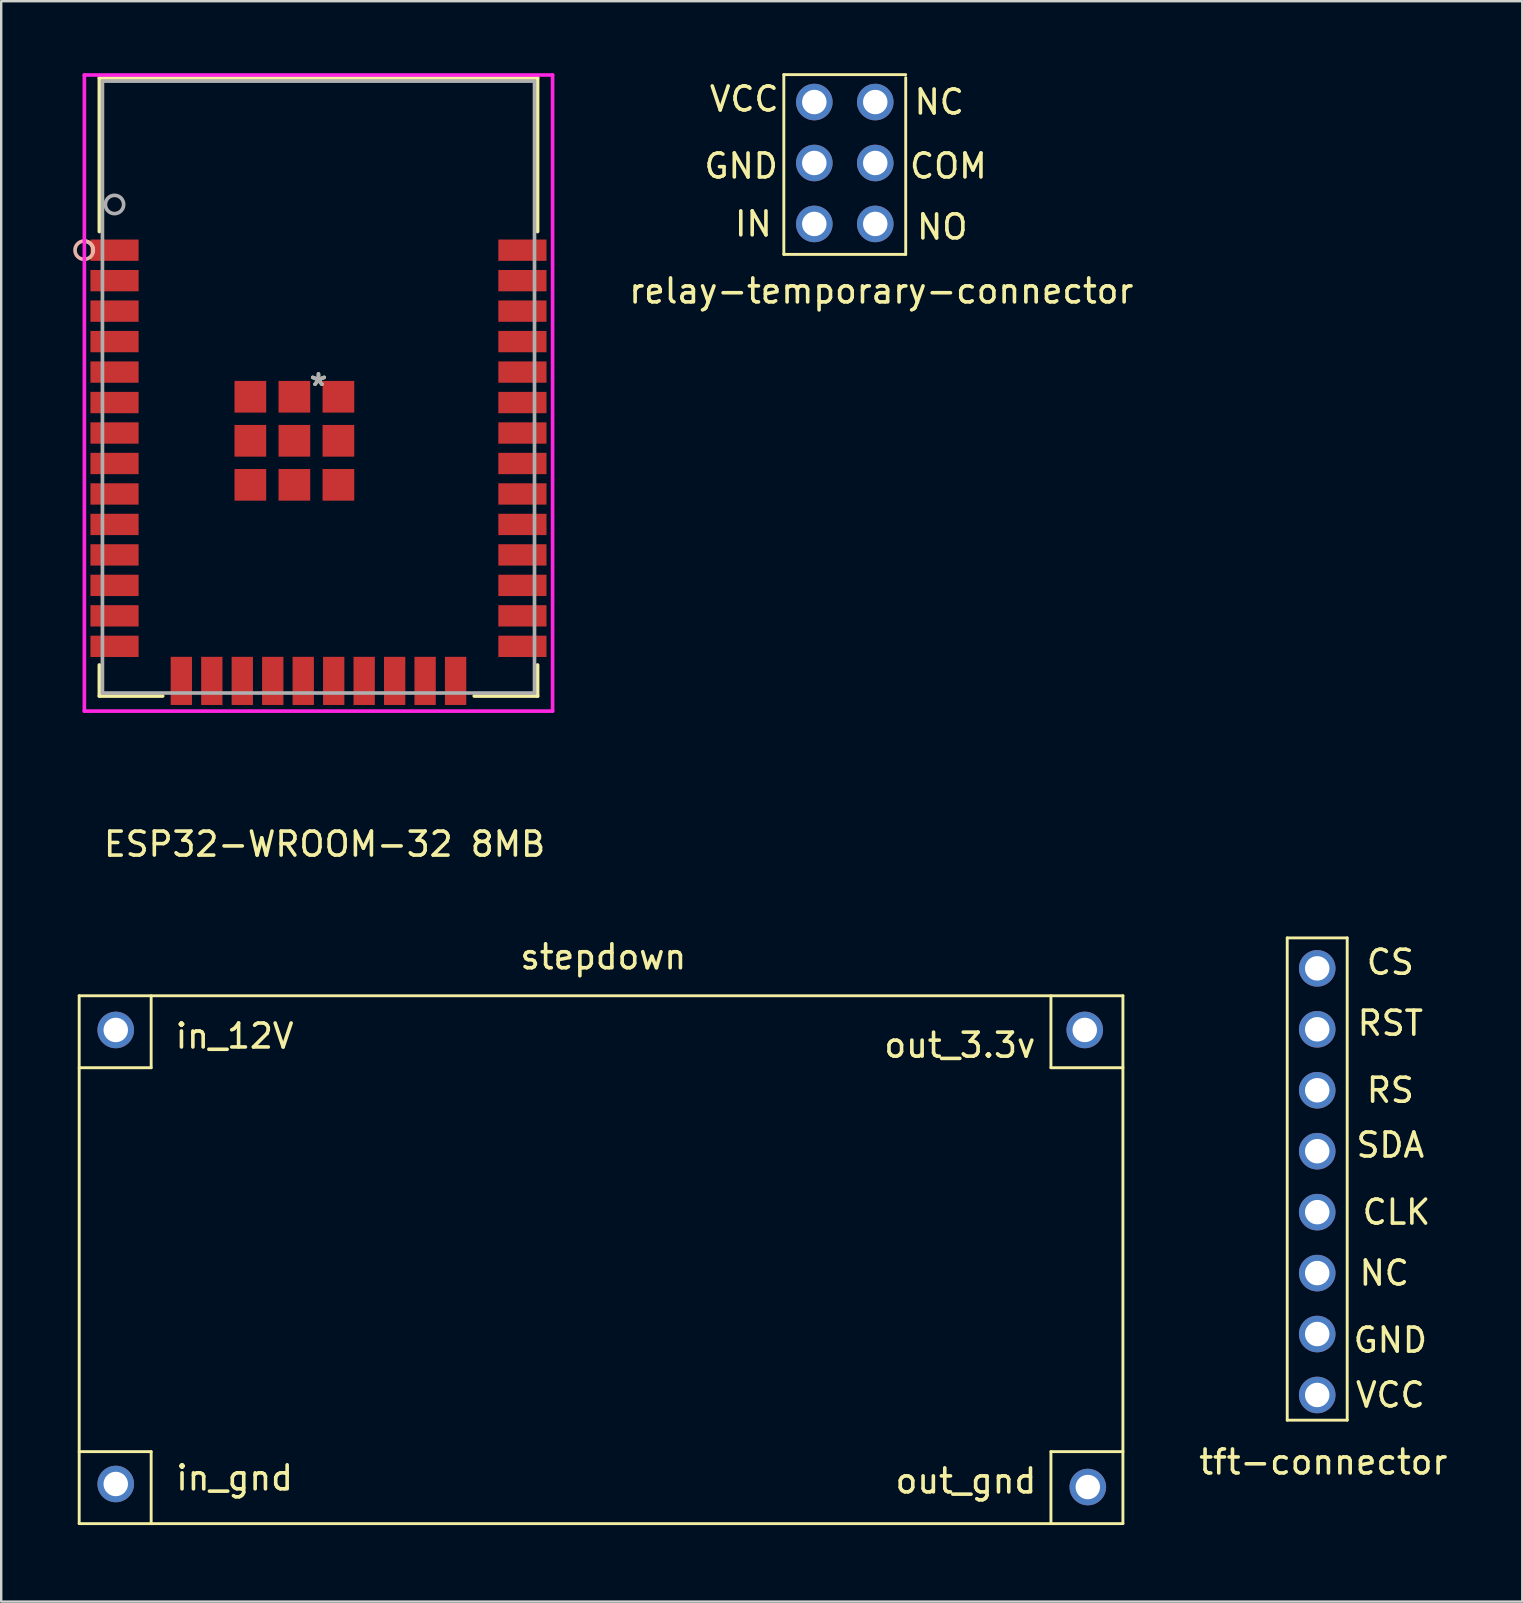
<source format=kicad_pcb>
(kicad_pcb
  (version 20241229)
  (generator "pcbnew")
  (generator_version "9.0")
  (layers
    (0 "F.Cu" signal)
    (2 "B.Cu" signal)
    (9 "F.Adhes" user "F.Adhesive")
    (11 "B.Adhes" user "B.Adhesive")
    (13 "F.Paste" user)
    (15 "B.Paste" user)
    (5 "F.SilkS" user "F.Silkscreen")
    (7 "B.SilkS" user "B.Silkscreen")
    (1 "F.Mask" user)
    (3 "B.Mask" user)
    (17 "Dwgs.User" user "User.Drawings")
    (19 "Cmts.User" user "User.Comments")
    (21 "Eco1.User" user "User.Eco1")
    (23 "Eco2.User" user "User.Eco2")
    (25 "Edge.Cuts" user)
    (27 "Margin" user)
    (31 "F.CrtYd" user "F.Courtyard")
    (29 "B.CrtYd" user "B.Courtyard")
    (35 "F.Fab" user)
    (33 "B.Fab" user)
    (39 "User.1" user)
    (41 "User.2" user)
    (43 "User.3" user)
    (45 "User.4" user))
  (footprint "tft-connector"
    (layer "F.Cu")
    (at 51.848 55.089)
    (property "Reference" "tft-connector" (at 0.254 2.794 0) (layer "F.SilkS") (effects (font (size 1 1) (thickness 0.15))))
    (attr through_hole)
    (fp_line (start -1.25 -19.05) (end 1.25 -19.05) (stroke (width 0.12) (type solid)) (layer "F.SilkS"))
    (fp_line (start -1.25 1.05) (end -1.25 -19.05) (stroke (width 0.12) (type solid)) (layer "F.SilkS"))
    (fp_line (start 1.25 -19.05) (end 1.25 1.05) (stroke (width 0.12) (type solid)) (layer "F.SilkS"))
    (fp_line (start 1.25 1.05) (end -1.25 1.05) (stroke (width 0.12) (type solid)) (layer "F.SilkS"))
    (fp_text user "RS" (at 3.048 -12.7 0) (layer "F.SilkS") (effects (font (size 1 1) (thickness 0.15))))
    (fp_text user "CS" (at 3.048 -18.034 0) (layer "F.SilkS") (effects (font (size 1 1) (thickness 0.15))))
    (fp_text user "GND" (at 3.048 -2.286 0) (layer "F.SilkS") (effects (font (size 1 1) (thickness 0.15))))
    (fp_text user "CLK" (at 3.302 -7.62 0) (layer "F.SilkS") (effects (font (size 1 1) (thickness 0.15))))
    (fp_text user "NC" (at 2.794 -5.08 0) (layer "F.SilkS") (effects (font (size 1 1) (thickness 0.15))))
    (fp_text user "VCC" (at 3.048 0 0) (layer "F.SilkS") (effects (font (size 1 1) (thickness 0.15))))
    (fp_text user "RST" (at 3.048 -15.494 0) (layer "F.SilkS") (effects (font (size 1 1) (thickness 0.15))))
    (fp_text user "SDA" (at 3.048 -10.414 0) (layer "F.SilkS") (effects (font (size 1 1) (thickness 0.15))))
    (pad "1" thru_hole circle (at 0 0) (size 1.524 1.524) (drill 1.02) (layers "*.Cu" "*.Mask"))
    (pad "2" thru_hole circle (at 0 -2.54) (size 1.524 1.524) (drill 1.02) (layers "*.Cu" "*.Mask"))
    (pad "3" thru_hole circle (at 0 -5.08) (size 1.524 1.524) (drill 1.02) (layers "*.Cu" "*.Mask"))
    (pad "4" thru_hole circle (at 0 -7.62) (size 1.524 1.524) (drill 1.02) (layers "*.Cu" "*.Mask"))
    (pad "5" thru_hole circle (at 0 -10.16) (size 1.524 1.524) (drill 1.02) (layers "*.Cu" "*.Mask"))
    (pad "6" thru_hole circle (at 0 -12.7) (size 1.524 1.524) (drill 1.02) (layers "*.Cu" "*.Mask"))
    (pad "7" thru_hole circle (at 0 -15.24) (size 1.524 1.524) (drill 1.02) (layers "*.Cu" "*.Mask"))
    (pad "8" thru_hole circle (at 0 -17.78) (size 1.524 1.524) (drill 1.02) (layers "*.Cu" "*.Mask")))
  (footprint "stepdown"
    (layer "F.Cu")
    (at 0.25 60.45)
    (property "Reference" "stepdown" (at 21.844 -23.622 0) (layer "F.SilkS") (effects (font (size 1 1) (thickness 0.15))))
    (attr through_hole)
    (fp_line (start 0 -22) (end 43.5 -22) (stroke (width 0.12) (type solid)) (layer "F.SilkS"))
    (fp_line (start 0 0) (end 0 -22) (stroke (width 0.12) (type solid)) (layer "F.SilkS"))
    (fp_line (start 0 0) (end 43.5 0) (stroke (width 0.12) (type solid)) (layer "F.SilkS"))
    (fp_line (start 3 -22) (end 3 -19) (stroke (width 0.12) (type solid)) (layer "F.SilkS"))
    (fp_line (start 3 -19) (end 0 -19) (stroke (width 0.12) (type solid)) (layer "F.SilkS"))
    (fp_line (start 3 -3) (end 0 -3) (stroke (width 0.12) (type solid)) (layer "F.SilkS"))
    (fp_line (start 3 0) (end 3 -3) (stroke (width 0.12) (type solid)) (layer "F.SilkS"))
    (fp_line (start 40.5 -22) (end 40.5 -19) (stroke (width 0.12) (type solid)) (layer "F.SilkS"))
    (fp_line (start 40.5 -19) (end 43.5 -19) (stroke (width 0.12) (type solid)) (layer "F.SilkS"))
    (fp_line (start 40.5 0) (end 40.5 -3) (stroke (width 0.12) (type solid)) (layer "F.SilkS"))
    (fp_line (start 43.5 -22) (end 43.5 0) (stroke (width 0.12) (type solid)) (layer "F.SilkS"))
    (fp_line (start 43.5 -3) (end 40.5 -3) (stroke (width 0.12) (type solid)) (layer "F.SilkS"))
    (fp_text user "in_12V" (at 6.477 -20.32 0) (layer "F.SilkS") (effects (font (size 1 1) (thickness 0.15))))
    (fp_text user "out_3.3v" (at 36.703 -19.939 0) (layer "F.SilkS") (effects (font (size 1 1) (thickness 0.15))))
    (fp_text user "out_gnd" (at 36.957 -1.778 0) (layer "F.SilkS") (effects (font (size 1 1) (thickness 0.15))))
    (fp_text user "in_gnd" (at 6.477 -1.905 0) (layer "F.SilkS") (effects (font (size 1 1) (thickness 0.15))))
    (pad "1" thru_hole circle (at 1.524 -1.651) (size 1.524 1.524) (drill 1.02) (layers "*.Cu" "*.Mask"))
    (pad "2" thru_hole circle (at 1.524 -20.574) (size 1.524 1.524) (drill 1.02) (layers "*.Cu" "*.Mask"))
    (pad "3" thru_hole circle (at 42.037 -1.524) (size 1.524 1.524) (drill 1.02) (layers "*.Cu" "*.Mask"))
    (pad "4" thru_hole circle (at 41.91 -20.574) (size 1.524 1.524) (drill 1.02) (layers "*.Cu" "*.Mask")))
  (footprint "ESP32-WROOM-32 8MB"
    (layer "F.Cu")
    (at 10.223 13.081)
    (property "Reference" "ESP32-WROOM-32 8MB" (at 0.254 19.05 0) (layer "F.SilkS") (effects (font (size 1 1) (thickness 0.15))))
    (attr through_hole)
    (fp_line (start -9.131 -12.878) (end -9.131 -6.481) (stroke (width 0.152) (type solid)) (layer "F.SilkS"))
    (fp_line (start -9.131 11.584) (end -9.131 12.878) (stroke (width 0.152) (type solid)) (layer "F.SilkS"))
    (fp_line (start -9.131 12.878) (end -6.492 12.878) (stroke (width 0.152) (type solid)) (layer "F.SilkS"))
    (fp_line (start 6.492 12.878) (end 9.131 12.878) (stroke (width 0.152) (type solid)) (layer "F.SilkS"))
    (fp_line (start 9.131 -12.878) (end -9.131 -12.878) (stroke (width 0.152) (type solid)) (layer "F.SilkS"))
    (fp_line (start 9.131 -6.481) (end 9.131 -12.878) (stroke (width 0.152) (type solid)) (layer "F.SilkS"))
    (fp_line (start 9.131 12.878) (end 9.131 11.584) (stroke (width 0.152) (type solid)) (layer "F.SilkS"))
    (fp_arc (start -9.7663 -6.084697) (mid -9.476672 -5.951238) (end -9.389949 -5.644358) (stroke (width 0.1524) (type solid)) (layer "F.SilkS"))
    (fp_circle (center -9.766 -5.704) (end -9.385 -5.704) (stroke (width 0.152) (type solid)) (fill no) (layer "B.SilkS"))
    (fp_line (start -9.757 -13.005) (end -9.757 13.505) (stroke (width 0.152) (type solid)) (layer "F.CrtYd"))
    (fp_line (start -9.757 13.505) (end 9.757 13.505) (stroke (width 0.152) (type solid)) (layer "F.CrtYd"))
    (fp_line (start 9.757 -13.005) (end -9.757 -13.005) (stroke (width 0.152) (type solid)) (layer "F.CrtYd"))
    (fp_line (start 9.757 13.505) (end 9.757 -13.005) (stroke (width 0.152) (type solid)) (layer "F.CrtYd"))
    (fp_line (start -9.004 -12.751) (end -9.004 12.751) (stroke (width 0.152) (type solid)) (layer "F.Fab"))
    (fp_line (start -9.004 12.751) (end 9.004 12.751) (stroke (width 0.152) (type solid)) (layer "F.Fab"))
    (fp_line (start 9.004 -12.751) (end -9.004 -12.751) (stroke (width 0.152) (type solid)) (layer "F.Fab"))
    (fp_line (start 9.004 12.751) (end 9.004 -12.751) (stroke (width 0.152) (type solid)) (layer "F.Fab"))
    (fp_circle (center -8.5 -7.609) (end -8.119 -7.609) (stroke (width 0.152) (type solid)) (fill no) (layer "F.Fab"))
    (fp_text user "*" (at 0 0 0) (layer "F.SilkS") (effects (font (size 1 1) (thickness 0.15))))
    (fp_text user "Copyright 2016 Accelerated Designs. All rights reserved." (at 0 0 0) (layer "Cmts.User") (effects (font (size 0.127 0.127) (thickness 0.002))))
    (fp_text user "*" (at 0 0 0) (layer "F.Fab") (effects (font (size 1 1) (thickness 0.15))))
    (pad "1" smd rect (at -8.5 -5.704) (size 2.007 0.889) (layers "F.Cu" "F.Mask" "F.Paste"))
    (pad "2" smd rect (at -8.5 -4.434) (size 2.007 0.889) (layers "F.Cu" "F.Mask" "F.Paste"))
    (pad "3" smd rect (at -8.5 -3.164) (size 2.007 0.889) (layers "F.Cu" "F.Mask" "F.Paste"))
    (pad "4" smd rect (at -8.5 -1.894) (size 2.007 0.889) (layers "F.Cu" "F.Mask" "F.Paste"))
    (pad "5" smd rect (at -8.5 -0.624) (size 2.007 0.889) (layers "F.Cu" "F.Mask" "F.Paste"))
    (pad "6" smd rect (at -8.5 0.646) (size 2.007 0.889) (layers "F.Cu" "F.Mask" "F.Paste"))
    (pad "7" smd rect (at -8.5 1.916) (size 2.007 0.889) (layers "F.Cu" "F.Mask" "F.Paste"))
    (pad "8" smd rect (at -8.5 3.186) (size 2.007 0.889) (layers "F.Cu" "F.Mask" "F.Paste"))
    (pad "9" smd rect (at -8.5 4.456) (size 2.007 0.889) (layers "F.Cu" "F.Mask" "F.Paste"))
    (pad "10" smd rect (at -8.5 5.726) (size 2.007 0.889) (layers "F.Cu" "F.Mask" "F.Paste"))
    (pad "11" smd rect (at -8.5 6.996) (size 2.007 0.889) (layers "F.Cu" "F.Mask" "F.Paste"))
    (pad "12" smd rect (at -8.5 8.266) (size 2.007 0.889) (layers "F.Cu" "F.Mask" "F.Paste"))
    (pad "13" smd rect (at -8.5 9.536) (size 2.007 0.889) (layers "F.Cu" "F.Mask" "F.Paste"))
    (pad "14" smd rect (at -8.5 10.806) (size 2.007 0.889) (layers "F.Cu" "F.Mask" "F.Paste"))
    (pad "15" smd rect (at -5.715 12.247) (size 0.889 2.007) (layers "F.Cu" "F.Mask" "F.Paste"))
    (pad "16" smd rect (at -4.445 12.247) (size 0.889 2.007) (layers "F.Cu" "F.Mask" "F.Paste"))
    (pad "17" smd rect (at -3.175 12.247) (size 0.889 2.007) (layers "F.Cu" "F.Mask" "F.Paste"))
    (pad "18" smd rect (at -1.905 12.247) (size 0.889 2.007) (layers "F.Cu" "F.Mask" "F.Paste"))
    (pad "19" smd rect (at -0.635 12.247) (size 0.889 2.007) (layers "F.Cu" "F.Mask" "F.Paste"))
    (pad "20" smd rect (at 0.635 12.247) (size 0.889 2.007) (layers "F.Cu" "F.Mask" "F.Paste"))
    (pad "21" smd rect (at 1.905 12.247) (size 0.889 2.007) (layers "F.Cu" "F.Mask" "F.Paste"))
    (pad "22" smd rect (at 3.175 12.247) (size 0.889 2.007) (layers "F.Cu" "F.Mask" "F.Paste"))
    (pad "23" smd rect (at 4.445 12.247) (size 0.889 2.007) (layers "F.Cu" "F.Mask" "F.Paste"))
    (pad "24" smd rect (at 5.715 12.247) (size 0.889 2.007) (layers "F.Cu" "F.Mask" "F.Paste"))
    (pad "25" smd rect (at 8.5 10.806) (size 2.007 0.889) (layers "F.Cu" "F.Mask" "F.Paste"))
    (pad "26" smd rect (at 8.5 9.536) (size 2.007 0.889) (layers "F.Cu" "F.Mask" "F.Paste"))
    (pad "27" smd rect (at 8.5 8.266) (size 2.007 0.889) (layers "F.Cu" "F.Mask" "F.Paste"))
    (pad "28" smd rect (at 8.5 6.996) (size 2.007 0.889) (layers "F.Cu" "F.Mask" "F.Paste"))
    (pad "29" smd rect (at 8.5 5.726) (size 2.007 0.889) (layers "F.Cu" "F.Mask" "F.Paste"))
    (pad "30" smd rect (at 8.5 4.456) (size 2.007 0.889) (layers "F.Cu" "F.Mask" "F.Paste"))
    (pad "31" smd rect (at 8.5 3.186) (size 2.007 0.889) (layers "F.Cu" "F.Mask" "F.Paste"))
    (pad "32" smd rect (at 8.5 1.916) (size 2.007 0.889) (layers "F.Cu" "F.Mask" "F.Paste"))
    (pad "33" smd rect (at 8.5 0.646) (size 2.007 0.889) (layers "F.Cu" "F.Mask" "F.Paste"))
    (pad "34" smd rect (at 8.5 -0.624) (size 2.007 0.889) (layers "F.Cu" "F.Mask" "F.Paste"))
    (pad "35" smd rect (at 8.5 -1.894) (size 2.007 0.889) (layers "F.Cu" "F.Mask" "F.Paste"))
    (pad "36" smd rect (at 8.5 -3.164) (size 2.007 0.889) (layers "F.Cu" "F.Mask" "F.Paste"))
    (pad "37" smd rect (at 8.5 -4.434) (size 2.007 0.889) (layers "F.Cu" "F.Mask" "F.Paste"))
    (pad "38" smd rect (at 8.5 -5.704) (size 2.007 0.889) (layers "F.Cu" "F.Mask" "F.Paste"))
    (pad "39" smd rect (at -2.839 0.405) (size 1.321 1.321) (layers "F.Cu" "F.Mask" "F.Paste"))
    (pad "40" smd rect (at -1.004 0.405) (size 1.321 1.321) (layers "F.Cu" "F.Mask" "F.Paste"))
    (pad "41" smd rect (at 0.831 0.405) (size 1.321 1.321) (layers "F.Cu" "F.Mask" "F.Paste"))
    (pad "42" smd rect (at -2.839 2.24) (size 1.321 1.321) (layers "F.Cu" "F.Mask" "F.Paste"))
    (pad "43" smd rect (at -1.004 2.24) (size 1.321 1.321) (layers "F.Cu" "F.Mask" "F.Paste"))
    (pad "44" smd rect (at 0.831 2.24) (size 1.321 1.321) (layers "F.Cu" "F.Mask" "F.Paste"))
    (pad "45" smd rect (at -2.839 4.075) (size 1.321 1.321) (layers "F.Cu" "F.Mask" "F.Paste"))
    (pad "46" smd rect (at -1.004 4.075) (size 1.321 1.321) (layers "F.Cu" "F.Mask" "F.Paste"))
    (pad "47" smd rect (at 0.831 4.075) (size 1.321 1.321) (layers "F.Cu" "F.Mask" "F.Paste")))
  (footprint "relay-temporary-connector"
    (layer "F.Cu")
    (at 33.428 6.283)
    (property "Reference" "relay-temporary-connector" (at 0.254 2.794 0) (layer "F.SilkS") (effects (font (size 1 1) (thickness 0.15))))
    (attr through_hole)
    (fp_line (start -3.81 -6.223) (end -3.81 1.27) (stroke (width 0.12) (type solid)) (layer "F.SilkS"))
    (fp_line (start -3.81 -6.223) (end 1.27 -6.223) (stroke (width 0.12) (type solid)) (layer "F.SilkS"))
    (fp_line (start -3.81 1.27) (end 1.27 1.27) (stroke (width 0.12) (type solid)) (layer "F.SilkS"))
    (fp_line (start 1.27 -6.096) (end 1.27 1.27) (stroke (width 0.12) (type solid)) (layer "F.SilkS"))
    (fp_text user "NC" (at 2.667 -5.08 0) (layer "F.SilkS") (effects (font (size 1 1) (thickness 0.15))))
    (fp_text user "COM" (at 3.048 -2.413 0) (layer "F.SilkS") (effects (font (size 1 1) (thickness 0.15))))
    (fp_text user "GND" (at -5.588 -2.413 0) (layer "F.SilkS") (effects (font (size 1 1) (thickness 0.15))))
    (fp_text user "IN" (at -5.08 0 0) (layer "F.SilkS") (effects (font (size 1 1) (thickness 0.15))))
    (fp_text user "VCC" (at -5.461 -5.207 0) (layer "F.SilkS") (effects (font (size 1 1) (thickness 0.15))))
    (fp_text user "NO" (at 2.794 0.127 0) (layer "F.SilkS") (effects (font (size 1 1) (thickness 0.15))))
    (pad "1" thru_hole circle (at 0 0) (size 1.524 1.524) (drill 1.02) (layers "*.Cu" "*.Mask"))
    (pad "2" thru_hole circle (at 0 -2.54) (size 1.524 1.524) (drill 1.02) (layers "*.Cu" "*.Mask"))
    (pad "3" thru_hole circle (at 0 -5.08) (size 1.524 1.524) (drill 1.02) (layers "*.Cu" "*.Mask"))
    (pad "4" thru_hole circle (at -2.54 0) (size 1.524 1.524) (drill 1.02) (layers "*.Cu" "*.Mask"))
    (pad "5" thru_hole circle (at -2.54 -2.54) (size 1.524 1.524) (drill 1.02) (layers "*.Cu" "*.Mask"))
    (pad "6" thru_hole circle (at -2.54 -5.08) (size 1.524 1.524) (drill 1.02) (layers "*.Cu" "*.Mask")))
  (gr_rect
    (start -3 -3)
    (end 60.393 63.7)
    (stroke (width 0.1) (type default))
    (fill no)
    (layer "Edge.Cuts")))
</source>
